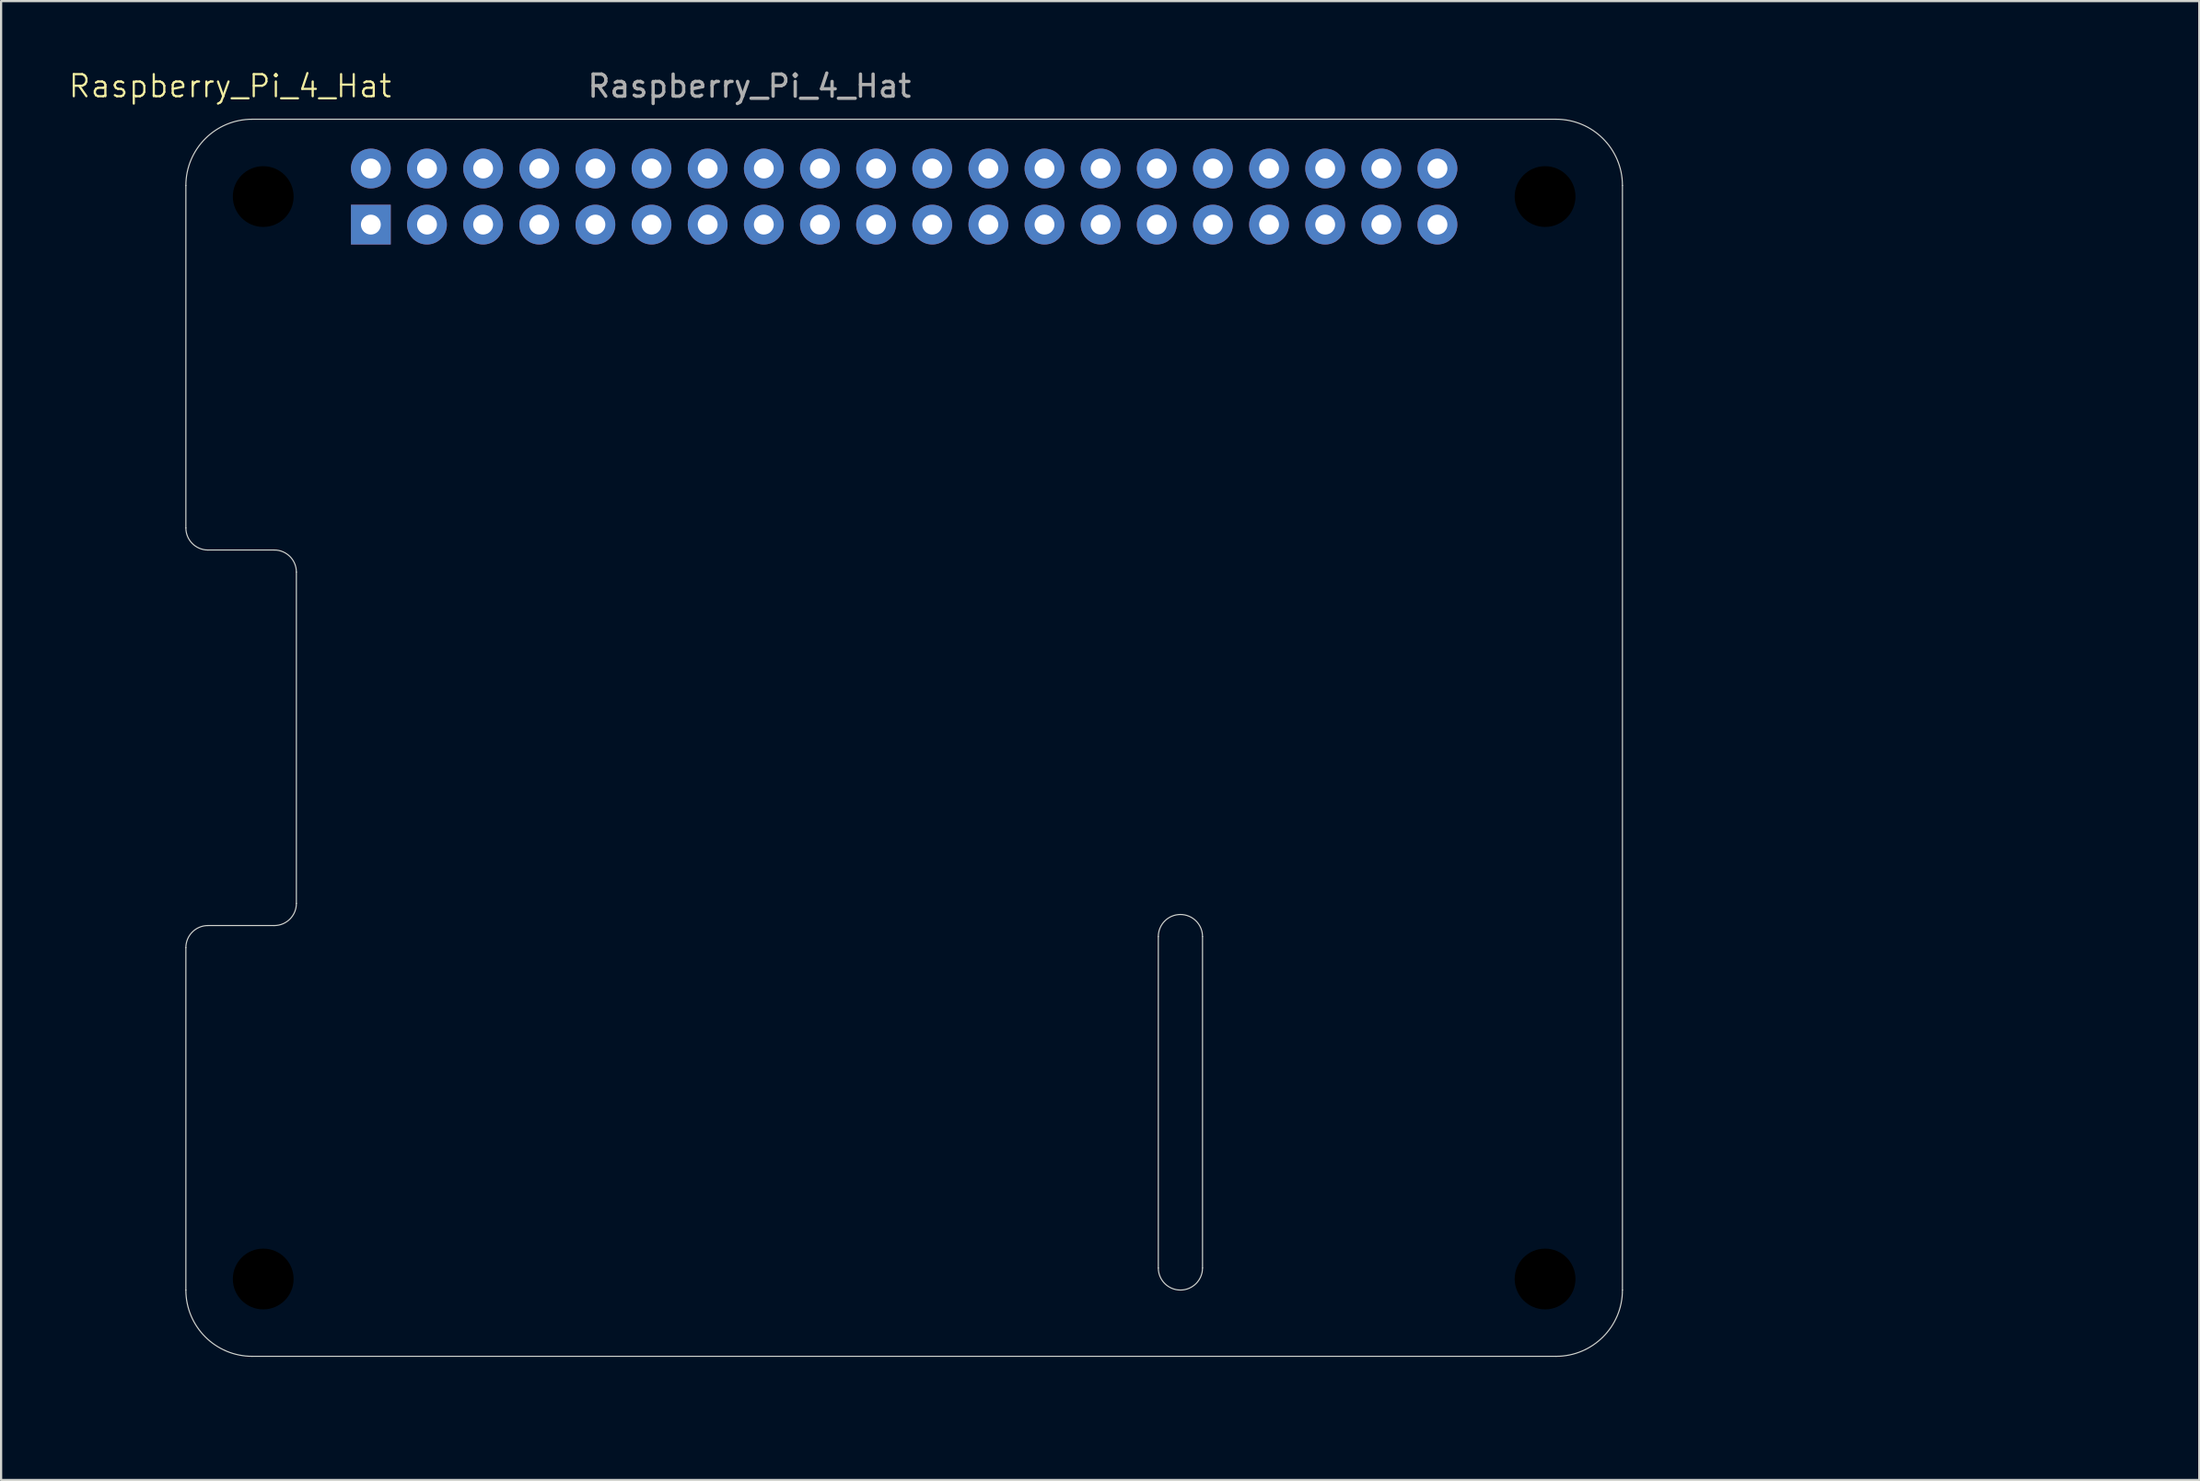
<source format=kicad_pcb>
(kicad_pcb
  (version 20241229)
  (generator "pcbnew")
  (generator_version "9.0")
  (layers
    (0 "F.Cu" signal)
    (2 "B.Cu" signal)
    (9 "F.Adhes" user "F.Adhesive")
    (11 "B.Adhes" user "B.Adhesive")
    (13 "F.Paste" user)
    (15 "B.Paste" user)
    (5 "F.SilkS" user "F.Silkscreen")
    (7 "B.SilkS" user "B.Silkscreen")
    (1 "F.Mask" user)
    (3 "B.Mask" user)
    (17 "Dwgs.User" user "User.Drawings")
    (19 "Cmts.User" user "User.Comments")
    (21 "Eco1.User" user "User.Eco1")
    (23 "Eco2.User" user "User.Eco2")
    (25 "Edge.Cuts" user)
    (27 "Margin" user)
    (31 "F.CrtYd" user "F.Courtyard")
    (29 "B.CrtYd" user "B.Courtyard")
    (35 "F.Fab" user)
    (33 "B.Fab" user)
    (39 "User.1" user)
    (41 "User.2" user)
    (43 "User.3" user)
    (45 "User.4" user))
  (footprint "Raspberry_Pi_4_Hat"
    (layer "F.Cu")
    (at 5.36 58.348)
    (property "Reference" "Raspberry_Pi_4_Hat" (at 2 -57.5 0) (unlocked yes) (layer "F.SilkS") (effects (font (size 1 1) (thickness 0.1))))
    (attr through_hole)
    (fp_line (start 0 -37.5) (end 0 -53) (stroke (width 0.05) (type default)) (layer "Edge.Cuts"))
    (fp_line (start 0 -18.5) (end 0 -3) (stroke (width 0.05) (type default)) (layer "Edge.Cuts"))
    (fp_line (start 1 -19.5) (end 4 -19.5) (stroke (width 0.05) (type default)) (layer "Edge.Cuts"))
    (fp_line (start 3 0) (end 62 0) (stroke (width 0.05) (type default)) (layer "Edge.Cuts"))
    (fp_line (start 4 -36.5) (end 1 -36.5) (stroke (width 0.05) (type default)) (layer "Edge.Cuts"))
    (fp_line (start 5 -20.5) (end 5 -35.5) (stroke (width 0.05) (type default)) (layer "Edge.Cuts"))
    (fp_line (start 44 -19) (end 44 -4) (stroke (width 0.05) (type default)) (layer "Edge.Cuts"))
    (fp_line (start 46 -4) (end 46 -19) (stroke (width 0.05) (type default)) (layer "Edge.Cuts"))
    (fp_line (start 62 -56) (end 3 -56) (stroke (width 0.05) (type default)) (layer "Edge.Cuts"))
    (fp_line (start 65 -3) (end 65 -53) (stroke (width 0.05) (type default)) (layer "Edge.Cuts"))
    (fp_arc (start 0 -53) (mid 0.87868 -55.12132) (end 3 -56) (stroke (width 0.05) (type default)) (layer "Edge.Cuts"))
    (fp_arc (start 0 -18.5) (mid 0.292893 -19.207107) (end 1 -19.5) (stroke (width 0.05) (type default)) (layer "Edge.Cuts"))
    (fp_arc (start 1 -36.5) (mid 0.292893 -36.792893) (end 0 -37.5) (stroke (width 0.05) (type default)) (layer "Edge.Cuts"))
    (fp_arc (start 3 0) (mid 0.87868 -0.87868) (end 0 -3) (stroke (width 0.05) (type default)) (layer "Edge.Cuts"))
    (fp_arc (start 4 -36.5) (mid 4.707107 -36.207107) (end 5 -35.5) (stroke (width 0.05) (type default)) (layer "Edge.Cuts"))
    (fp_arc (start 5 -20.5) (mid 4.707107 -19.792893) (end 4 -19.5) (stroke (width 0.05) (type default)) (layer "Edge.Cuts"))
    (fp_arc (start 44 -19) (mid 45 -20) (end 46 -19) (stroke (width 0.05) (type default)) (layer "Edge.Cuts"))
    (fp_arc (start 46 -4) (mid 45 -3) (end 44 -4) (stroke (width 0.05) (type default)) (layer "Edge.Cuts"))
    (fp_arc (start 62 -56) (mid 64.12132 -55.12132) (end 65 -53) (stroke (width 0.05) (type default)) (layer "Edge.Cuts"))
    (fp_arc (start 65 -3) (mid 64.12132 -0.87868) (end 62 0) (stroke (width 0.05) (type default)) (layer "Edge.Cuts"))
    (fp_line (start 0 -53) (end 0 -3) (stroke (width 0.2) (type solid)) (layer "User.9"))
    (fp_line (start 1.5 -34.7) (end 1.5 -21.3) (stroke (width 0.2) (type solid)) (layer "User.9"))
    (fp_line (start 1.5 -21.3) (end 2.65 -20.15) (stroke (width 0.2) (type solid)) (layer "User.9"))
    (fp_line (start 2.6 -39.2) (end 2.6 -35.8) (stroke (width 0.2) (type solid)) (layer "User.9"))
    (fp_line (start 2.6 -35.8) (end 1.5 -34.7) (stroke (width 0.2) (type solid)) (layer "User.9"))
    (fp_line (start 2.65 -20.15) (end 2.65 -16.8) (stroke (width 0.2) (type solid)) (layer "User.9"))
    (fp_line (start 2.65 -16.8) (end 5.45 -16.8) (stroke (width 0.2) (type solid)) (layer "User.9"))
    (fp_line (start 3 0) (end 82 0) (stroke (width 0.2) (type solid)) (layer "User.9"))
    (fp_line (start 4.55 -36) (end 4.55 -20) (stroke (width 0.2) (type solid)) (layer "User.9"))
    (fp_line (start 4.55 -20.1) (end 4.55 -20.7) (stroke (width 0.2) (type solid)) (layer "User.9"))
    (fp_line (start 4.55 -20) (end 5.45 -20) (stroke (width 0.2) (type solid)) (layer "User.9"))
    (fp_line (start 5.45 -39.2) (end 2.6 -39.2) (stroke (width 0.2) (type solid)) (layer "User.9"))
    (fp_line (start 5.45 -36) (end 4.55 -36) (stroke (width 0.2) (type solid)) (layer "User.9"))
    (fp_line (start 5.45 -16.8) (end 5.45 -39.2) (stroke (width 0.2) (type solid)) (layer "User.9"))
    (fp_line (start 6.225 -5.075) (end 6.225 -6.125) (stroke (width 0.2) (type solid)) (layer "User.9"))
    (fp_line (start 6.225 -5.075) (end 6.225 -6.125) (stroke (width 0.2) (type solid)) (layer "User.9"))
    (fp_line (start 6.225 -1) (end 6.225 -1.8) (stroke (width 0.2) (type solid)) (layer "User.9"))
    (fp_line (start 6.225 -1) (end 6.225 -1.8) (stroke (width 0.2) (type solid)) (layer "User.9"))
    (fp_line (start 6.875 -6.15) (end 6.875 1.25) (stroke (width 0.2) (type solid)) (layer "User.9"))
    (fp_line (start 6.875 1.25) (end 15.525 1.25) (stroke (width 0.2) (type solid)) (layer "User.9"))
    (fp_line (start 7 -55.1) (end 7 -50.4) (stroke (width 0.2) (type solid)) (layer "User.9"))
    (fp_line (start 7 -50.4) (end 7.5 -49.9) (stroke (width 0.2) (type solid)) (layer "User.9"))
    (fp_line (start 7.1 -55) (end 7.1 -50) (stroke (width 0.2) (type solid)) (layer "User.9"))
    (fp_line (start 7.1 -50) (end 57.9 -50) (stroke (width 0.2) (type solid)) (layer "User.9"))
    (fp_line (start 7.5 -52.5) (end 57.5 -52.5) (stroke (width 0.2) (type solid)) (layer "User.9"))
    (fp_line (start 7.5 -49.9) (end 58 -49.9) (stroke (width 0.2) (type solid)) (layer "User.9"))
    (fp_line (start 7.525 -6.125) (end 7.525 -5.075) (stroke (width 0.2) (type solid)) (layer "User.9"))
    (fp_line (start 7.525 -6.125) (end 7.525 -5.075) (stroke (width 0.2) (type solid)) (layer "User.9"))
    (fp_line (start 7.525 -1.8) (end 7.525 -1) (stroke (width 0.2) (type solid)) (layer "User.9"))
    (fp_line (start 7.525 -1.8) (end 7.525 -1) (stroke (width 0.2) (type solid)) (layer "User.9"))
    (fp_line (start 7.57 -52.03) (end 9.17 -52.03) (stroke (width 0.2) (type solid)) (layer "User.9"))
    (fp_line (start 7.57 -52.03) (end 9.17 -52.03) (stroke (width 0.2) (type solid)) (layer "User.9"))
    (fp_line (start 7.57 -50.43) (end 7.57 -52.03) (stroke (width 0.2) (type solid)) (layer "User.9"))
    (fp_line (start 7.57 -50.43) (end 7.57 -52.03) (stroke (width 0.2) (type solid)) (layer "User.9"))
    (fp_line (start 9.17 -52.03) (end 9.17 -50.43) (stroke (width 0.2) (type solid)) (layer "User.9"))
    (fp_line (start 9.17 -52.03) (end 9.17 -50.43) (stroke (width 0.2) (type solid)) (layer "User.9"))
    (fp_line (start 9.17 -50.43) (end 7.57 -50.43) (stroke (width 0.2) (type solid)) (layer "User.9"))
    (fp_line (start 9.17 -50.43) (end 7.57 -50.43) (stroke (width 0.2) (type solid)) (layer "User.9"))
    (fp_line (start 9.652 -54.61) (end 9.652 -50.292) (stroke (width 0.2) (type solid)) (layer "User.9"))
    (fp_line (start 12.192 -54.61) (end 12.192 -50.292) (stroke (width 0.2) (type solid)) (layer "User.9"))
    (fp_line (start 14.732 -54.61) (end 14.732 -50.292) (stroke (width 0.2) (type solid)) (layer "User.9"))
    (fp_line (start 14.875 -5.075) (end 14.875 -6.125) (stroke (width 0.2) (type solid)) (layer "User.9"))
    (fp_line (start 14.875 -5.075) (end 14.875 -6.125) (stroke (width 0.2) (type solid)) (layer "User.9"))
    (fp_line (start 14.875 -1) (end 14.875 -1.8) (stroke (width 0.2) (type solid)) (layer "User.9"))
    (fp_line (start 14.875 -1) (end 14.875 -1.8) (stroke (width 0.2) (type solid)) (layer "User.9"))
    (fp_line (start 15.525 -6.15) (end 6.875 -6.15) (stroke (width 0.2) (type solid)) (layer "User.9"))
    (fp_line (start 15.525 1.25) (end 15.525 -6.15) (stroke (width 0.2) (type solid)) (layer "User.9"))
    (fp_line (start 16.175 -6.125) (end 16.175 -5.075) (stroke (width 0.2) (type solid)) (layer "User.9"))
    (fp_line (start 16.175 -6.125) (end 16.175 -5.075) (stroke (width 0.2) (type solid)) (layer "User.9"))
    (fp_line (start 16.175 -1.8) (end 16.175 -1) (stroke (width 0.2) (type solid)) (layer "User.9"))
    (fp_line (start 16.175 -1.8) (end 16.175 -1) (stroke (width 0.2) (type solid)) (layer "User.9"))
    (fp_line (start 17.272 -54.61) (end 17.272 -50.292) (stroke (width 0.2) (type solid)) (layer "User.9"))
    (fp_line (start 19.812 -54.61) (end 19.812 -50.292) (stroke (width 0.2) (type solid)) (layer "User.9"))
    (fp_line (start 22.275 -5.795) (end 22.275 -6.345) (stroke (width 0.2) (type solid)) (layer "User.9"))
    (fp_line (start 22.275 -5.795) (end 22.275 -6.345) (stroke (width 0.2) (type solid)) (layer "User.9"))
    (fp_line (start 22.275 -0.895) (end 22.275 -1.445) (stroke (width 0.2) (type solid)) (layer "User.9"))
    (fp_line (start 22.275 -0.895) (end 22.275 -1.445) (stroke (width 0.2) (type solid)) (layer "User.9"))
    (fp_line (start 22.352 -54.61) (end 22.352 -50.292) (stroke (width 0.2) (type solid)) (layer "User.9"))
    (fp_line (start 22.4 1.33) (end 22.4 1.43) (stroke (width 0.2) (type solid)) (layer "User.9"))
    (fp_line (start 22.4 1.43) (end 29.6 1.43) (stroke (width 0.2) (type solid)) (layer "User.9"))
    (fp_line (start 22.9 -6.52) (end 29.1 -6.52) (stroke (width 0.2) (type solid)) (layer "User.9"))
    (fp_line (start 22.9 0.83) (end 22.4 1.33) (stroke (width 0.2) (type solid)) (layer "User.9"))
    (fp_line (start 22.9 0.83) (end 22.9 -6.52) (stroke (width 0.2) (type solid)) (layer "User.9"))
    (fp_line (start 23.525 -6.345) (end 23.525 -5.795) (stroke (width 0.2) (type solid)) (layer "User.9"))
    (fp_line (start 23.525 -6.345) (end 23.525 -5.795) (stroke (width 0.2) (type solid)) (layer "User.9"))
    (fp_line (start 23.525 -1.445) (end 23.525 -0.895) (stroke (width 0.2) (type solid)) (layer "User.9"))
    (fp_line (start 23.525 -1.445) (end 23.525 -0.895) (stroke (width 0.2) (type solid)) (layer "User.9"))
    (fp_line (start 24.892 -54.61) (end 24.892 -50.292) (stroke (width 0.2) (type solid)) (layer "User.9"))
    (fp_line (start 27.432 -54.61) (end 27.432 -50.292) (stroke (width 0.2) (type solid)) (layer "User.9"))
    (fp_line (start 28.475 -5.795) (end 28.475 -6.345) (stroke (width 0.2) (type solid)) (layer "User.9"))
    (fp_line (start 28.475 -5.795) (end 28.475 -6.345) (stroke (width 0.2) (type solid)) (layer "User.9"))
    (fp_line (start 28.475 -0.895) (end 28.475 -1.445) (stroke (width 0.2) (type solid)) (layer "User.9"))
    (fp_line (start 28.475 -0.895) (end 28.475 -1.445) (stroke (width 0.2) (type solid)) (layer "User.9"))
    (fp_line (start 29.1 -6.52) (end 29.1 0.83) (stroke (width 0.2) (type solid)) (layer "User.9"))
    (fp_line (start 29.1 0.83) (end 22.9 0.83) (stroke (width 0.2) (type solid)) (layer "User.9"))
    (fp_line (start 29.6 1.33) (end 29.1 0.83) (stroke (width 0.2) (type solid)) (layer "User.9"))
    (fp_line (start 29.6 1.43) (end 29.6 1.33) (stroke (width 0.2) (type solid)) (layer "User.9"))
    (fp_line (start 29.725 -6.345) (end 29.725 -5.795) (stroke (width 0.2) (type solid)) (layer "User.9"))
    (fp_line (start 29.725 -6.345) (end 29.725 -5.795) (stroke (width 0.2) (type solid)) (layer "User.9"))
    (fp_line (start 29.725 -1.445) (end 29.725 -0.895) (stroke (width 0.2) (type solid)) (layer "User.9"))
    (fp_line (start 29.725 -1.445) (end 29.725 -0.895) (stroke (width 0.2) (type solid)) (layer "User.9"))
    (fp_line (start 29.972 -54.61) (end 29.972 -50.292) (stroke (width 0.2) (type solid)) (layer "User.9"))
    (fp_line (start 32.512 -54.61) (end 32.512 -50.292) (stroke (width 0.2) (type solid)) (layer "User.9"))
    (fp_line (start 35.052 -54.61) (end 35.052 -50.292) (stroke (width 0.2) (type solid)) (layer "User.9"))
    (fp_line (start 35.775 -5.795) (end 35.775 -6.345) (stroke (width 0.2) (type solid)) (layer "User.9"))
    (fp_line (start 35.775 -5.795) (end 35.775 -6.345) (stroke (width 0.2) (type solid)) (layer "User.9"))
    (fp_line (start 35.775 -0.895) (end 35.775 -1.445) (stroke (width 0.2) (type solid)) (layer "User.9"))
    (fp_line (start 35.775 -0.895) (end 35.775 -1.445) (stroke (width 0.2) (type solid)) (layer "User.9"))
    (fp_line (start 35.9 1.33) (end 35.9 1.43) (stroke (width 0.2) (type solid)) (layer "User.9"))
    (fp_line (start 35.9 1.43) (end 43.1 1.43) (stroke (width 0.2) (type solid)) (layer "User.9"))
    (fp_line (start 36.4 -6.52) (end 42.6 -6.52) (stroke (width 0.2) (type solid)) (layer "User.9"))
    (fp_line (start 36.4 0.83) (end 35.9 1.33) (stroke (width 0.2) (type solid)) (layer "User.9"))
    (fp_line (start 36.4 0.83) (end 36.4 -6.52) (stroke (width 0.2) (type solid)) (layer "User.9"))
    (fp_line (start 37.025 -6.345) (end 37.025 -5.795) (stroke (width 0.2) (type solid)) (layer "User.9"))
    (fp_line (start 37.025 -6.345) (end 37.025 -5.795) (stroke (width 0.2) (type solid)) (layer "User.9"))
    (fp_line (start 37.025 -1.445) (end 37.025 -0.895) (stroke (width 0.2) (type solid)) (layer "User.9"))
    (fp_line (start 37.025 -1.445) (end 37.025 -0.895) (stroke (width 0.2) (type solid)) (layer "User.9"))
    (fp_line (start 37.592 -54.61) (end 37.592 -50.292) (stroke (width 0.2) (type solid)) (layer "User.9"))
    (fp_line (start 40.132 -54.61) (end 40.132 -50.292) (stroke (width 0.2) (type solid)) (layer "User.9"))
    (fp_line (start 41.975 -5.795) (end 41.975 -6.345) (stroke (width 0.2) (type solid)) (layer "User.9"))
    (fp_line (start 41.975 -5.795) (end 41.975 -6.345) (stroke (width 0.2) (type solid)) (layer "User.9"))
    (fp_line (start 41.975 -0.895) (end 41.975 -1.445) (stroke (width 0.2) (type solid)) (layer "User.9"))
    (fp_line (start 41.975 -0.895) (end 41.975 -1.445) (stroke (width 0.2) (type solid)) (layer "User.9"))
    (fp_line (start 42.6 -6.52) (end 42.6 0.83) (stroke (width 0.2) (type solid)) (layer "User.9"))
    (fp_line (start 42.6 0.83) (end 36.4 0.83) (stroke (width 0.2) (type solid)) (layer "User.9"))
    (fp_line (start 42.672 -54.61) (end 42.672 -50.292) (stroke (width 0.2) (type solid)) (layer "User.9"))
    (fp_line (start 43.1 1.33) (end 42.6 0.83) (stroke (width 0.2) (type solid)) (layer "User.9"))
    (fp_line (start 43.1 1.43) (end 43.1 1.33) (stroke (width 0.2) (type solid)) (layer "User.9"))
    (fp_line (start 43.225 -6.345) (end 43.225 -5.795) (stroke (width 0.2) (type solid)) (layer "User.9"))
    (fp_line (start 43.225 -6.345) (end 43.225 -5.795) (stroke (width 0.2) (type solid)) (layer "User.9"))
    (fp_line (start 43.225 -1.445) (end 43.225 -0.895) (stroke (width 0.2) (type solid)) (layer "User.9"))
    (fp_line (start 43.225 -1.445) (end 43.225 -0.895) (stroke (width 0.2) (type solid)) (layer "User.9"))
    (fp_line (start 45.05 -22.7) (end 45.05 -0.3) (stroke (width 0.2) (type solid)) (layer "User.9"))
    (fp_line (start 45.05 -8.65) (end 45.05 -8.15) (stroke (width 0.2) (type solid)) (layer "User.9"))
    (fp_line (start 45.05 -7.55) (end 45.05 -7.05) (stroke (width 0.2) (type solid)) (layer "User.9"))
    (fp_line (start 45.05 -3.5) (end 45.95 -3.5) (stroke (width 0.2) (type solid)) (layer "User.9"))
    (fp_line (start 45.05 -0.3) (end 47.9 -0.3) (stroke (width 0.2) (type solid)) (layer "User.9"))
    (fp_line (start 45.212 -54.61) (end 45.212 -50.292) (stroke (width 0.2) (type solid)) (layer "User.9"))
    (fp_line (start 45.95 -19.5) (end 45.05 -19.5) (stroke (width 0.2) (type solid)) (layer "User.9"))
    (fp_line (start 45.95 -3.5) (end 45.95 -19.5) (stroke (width 0.2) (type solid)) (layer "User.9"))
    (fp_line (start 47.752 -54.61) (end 47.752 -50.292) (stroke (width 0.2) (type solid)) (layer "User.9"))
    (fp_line (start 47.85 -22.7) (end 45.05 -22.7) (stroke (width 0.2) (type solid)) (layer "User.9"))
    (fp_line (start 47.85 -19.35) (end 47.85 -22.7) (stroke (width 0.2) (type solid)) (layer "User.9"))
    (fp_line (start 47.9 -3.7) (end 49 -4.8) (stroke (width 0.2) (type solid)) (layer "User.9"))
    (fp_line (start 47.9 -0.3) (end 47.9 -3.7) (stroke (width 0.2) (type solid)) (layer "User.9"))
    (fp_line (start 49 -18.2) (end 47.85 -19.35) (stroke (width 0.2) (type solid)) (layer "User.9"))
    (fp_line (start 49 -4.8) (end 49 -18.2) (stroke (width 0.2) (type solid)) (layer "User.9"))
    (fp_line (start 50.292 -54.61) (end 50.292 -50.292) (stroke (width 0.2) (type solid)) (layer "User.9"))
    (fp_line (start 50.5 -12.5) (end 50.5 0) (stroke (width 0.2) (type solid)) (layer "User.9"))
    (fp_line (start 50.5 0) (end 57.5 0) (stroke (width 0.2) (type solid)) (layer "User.9"))
    (fp_line (start 51 0) (end 51 2.5) (stroke (width 0.2) (type solid)) (layer "User.9"))
    (fp_line (start 51 2.5) (end 57 2.5) (stroke (width 0.2) (type solid)) (layer "User.9"))
    (fp_line (start 52.832 -54.61) (end 52.832 -50.292) (stroke (width 0.2) (type solid)) (layer "User.9"))
    (fp_line (start 55.372 -54.61) (end 55.372 -50.292) (stroke (width 0.2) (type solid)) (layer "User.9"))
    (fp_line (start 57 0) (end 51 0) (stroke (width 0.2) (type solid)) (layer "User.9"))
    (fp_line (start 57 2.5) (end 57 0) (stroke (width 0.2) (type solid)) (layer "User.9"))
    (fp_line (start 57.5 -12.5) (end 50.5 -12.5) (stroke (width 0.2) (type solid)) (layer "User.9"))
    (fp_line (start 57.5 0) (end 57.5 -12.5) (stroke (width 0.2) (type solid)) (layer "User.9"))
    (fp_line (start 57.9 -55) (end 7.1 -55) (stroke (width 0.2) (type solid)) (layer "User.9"))
    (fp_line (start 57.9 -50) (end 57.9 -55) (stroke (width 0.2) (type solid)) (layer "User.9"))
    (fp_line (start 58 -55.1) (end 7 -55.1) (stroke (width 0.2) (type solid)) (layer "User.9"))
    (fp_line (start 58 -49.9) (end 58 -55.1) (stroke (width 0.2) (type solid)) (layer "User.9"))
    (fp_line (start 58.9 -48.66) (end 59.2 -48.96) (stroke (width 0.2) (type solid)) (layer "User.9"))
    (fp_line (start 58.9 -43.76) (end 58.9 -48.66) (stroke (width 0.2) (type solid)) (layer "User.9"))
    (fp_line (start 59 -48.86) (end 59 -43.86) (stroke (width 0.2) (type solid)) (layer "User.9"))
    (fp_line (start 59 -43.86) (end 64 -43.86) (stroke (width 0.2) (type solid)) (layer "User.9"))
    (fp_line (start 59.2 -48.96) (end 64.1 -48.96) (stroke (width 0.2) (type solid)) (layer "User.9"))
    (fp_line (start 59.43 -48.43) (end 61.03 -48.43) (stroke (width 0.2) (type solid)) (layer "User.9"))
    (fp_line (start 59.43 -48.43) (end 61.03 -48.43) (stroke (width 0.2) (type solid)) (layer "User.9"))
    (fp_line (start 59.43 -46.83) (end 59.43 -48.43) (stroke (width 0.2) (type solid)) (layer "User.9"))
    (fp_line (start 59.43 -46.83) (end 59.43 -48.43) (stroke (width 0.2) (type solid)) (layer "User.9"))
    (fp_line (start 61.03 -48.43) (end 61.03 -46.83) (stroke (width 0.2) (type solid)) (layer "User.9"))
    (fp_line (start 61.03 -48.43) (end 61.03 -46.83) (stroke (width 0.2) (type solid)) (layer "User.9"))
    (fp_line (start 61.03 -46.83) (end 59.43 -46.83) (stroke (width 0.2) (type solid)) (layer "User.9"))
    (fp_line (start 61.03 -46.83) (end 59.43 -46.83) (stroke (width 0.2) (type solid)) (layer "User.9"))
    (fp_line (start 64 -48.86) (end 59 -48.86) (stroke (width 0.2) (type solid)) (layer "User.9"))
    (fp_line (start 64 -43.86) (end 64 -48.86) (stroke (width 0.2) (type solid)) (layer "User.9"))
    (fp_line (start 64.1 -48.96) (end 64.1 -43.76) (stroke (width 0.2) (type solid)) (layer "User.9"))
    (fp_line (start 64.1 -43.76) (end 58.9 -43.76) (stroke (width 0.2) (type solid)) (layer "User.9"))
    (fp_line (start 66.65 -53.505) (end 66.65 -37.995) (stroke (width 0.2) (type solid)) (layer "User.9"))
    (fp_line (start 66.65 -37.995) (end 88 -37.995) (stroke (width 0.2) (type solid)) (layer "User.9"))
    (fp_line (start 70.3 -15.57) (end 88 -15.57) (stroke (width 0.2) (type solid)) (layer "User.9"))
    (fp_line (start 70.3 -2.43) (end 70.3 -15.57) (stroke (width 0.2) (type solid)) (layer "User.9"))
    (fp_line (start 70.5 -33.57) (end 88 -33.57) (stroke (width 0.2) (type solid)) (layer "User.9"))
    (fp_line (start 70.5 -20.43) (end 70.5 -33.57) (stroke (width 0.2) (type solid)) (layer "User.9"))
    (fp_line (start 73.8 -54.35) (end 74.6 -54.35) (stroke (width 0.2) (type solid)) (layer "User.9"))
    (fp_line (start 73.8 -54.35) (end 74.6 -54.35) (stroke (width 0.2) (type solid)) (layer "User.9"))
    (fp_line (start 73.8 -38.65) (end 74.6 -38.65) (stroke (width 0.2) (type solid)) (layer "User.9"))
    (fp_line (start 73.8 -38.65) (end 74.6 -38.65) (stroke (width 0.2) (type solid)) (layer "User.9"))
    (fp_line (start 74.6 -52.85) (end 73.8 -52.85) (stroke (width 0.2) (type solid)) (layer "User.9"))
    (fp_line (start 74.6 -52.85) (end 73.8 -52.85) (stroke (width 0.2) (type solid)) (layer "User.9"))
    (fp_line (start 74.6 -37.15) (end 73.8 -37.15) (stroke (width 0.2) (type solid)) (layer "User.9"))
    (fp_line (start 74.6 -37.15) (end 73.8 -37.15) (stroke (width 0.2) (type solid)) (layer "User.9"))
    (fp_line (start 82 -56) (end 3 -56) (stroke (width 0.2) (type solid)) (layer "User.9"))
    (fp_line (start 85 -3) (end 85 -53) (stroke (width 0.2) (type solid)) (layer "User.9"))
    (fp_line (start 87.5 -16.35) (end 87.5 -15.57) (stroke (width 0.2) (type solid)) (layer "User.9"))
    (fp_line (start 87.5 -1.65) (end 87.5 -2.43) (stroke (width 0.2) (type solid)) (layer "User.9"))
    (fp_line (start 87.7 -34.25) (end 87.7 -33.57) (stroke (width 0.2) (type solid)) (layer "User.9"))
    (fp_line (start 87.7 -19.75) (end 87.7 -20.43) (stroke (width 0.2) (type solid)) (layer "User.9"))
    (fp_line (start 88 -53.505) (end 66.65 -53.505) (stroke (width 0.2) (type solid)) (layer "User.9"))
    (fp_line (start 88 -37.995) (end 88 -53.505) (stroke (width 0.2) (type solid)) (layer "User.9"))
    (fp_line (start 88 -34.25) (end 87.7 -34.25) (stroke (width 0.2) (type solid)) (layer "User.9"))
    (fp_line (start 88 -33.57) (end 88 -34.25) (stroke (width 0.2) (type solid)) (layer "User.9"))
    (fp_line (start 88 -33.57) (end 88 -20.43) (stroke (width 0.2) (type solid)) (layer "User.9"))
    (fp_line (start 88 -20.43) (end 70.5 -20.43) (stroke (width 0.2) (type solid)) (layer "User.9"))
    (fp_line (start 88 -20.43) (end 88 -19.75) (stroke (width 0.2) (type solid)) (layer "User.9"))
    (fp_line (start 88 -19.75) (end 87.7 -19.75) (stroke (width 0.2) (type solid)) (layer "User.9"))
    (fp_line (start 88 -16.35) (end 87.5 -16.35) (stroke (width 0.2) (type solid)) (layer "User.9"))
    (fp_line (start 88 -15.57) (end 88 -16.35) (stroke (width 0.2) (type solid)) (layer "User.9"))
    (fp_line (start 88 -15.57) (end 88 -1.65) (stroke (width 0.2) (type solid)) (layer "User.9"))
    (fp_line (start 88 -2.43) (end 70.3 -2.43) (stroke (width 0.2) (type solid)) (layer "User.9"))
    (fp_line (start 88 -1.65) (end 87.5 -1.65) (stroke (width 0.2) (type solid)) (layer "User.9"))
    (fp_arc (start 0 -53) (mid 0.87868 -55.12132) (end 3 -56) (stroke (width 0.2) (type solid)) (layer "User.9"))
    (fp_arc (start 3 0) (mid 0.87868 -0.87868) (end 0 -3) (stroke (width 0.2) (type solid)) (layer "User.9"))
    (fp_arc (start 6.225 -6.125) (mid 6.875 -6.775) (end 7.525 -6.125) (stroke (width 0.2) (type solid)) (layer "User.9"))
    (fp_arc (start 6.225 -6.125) (mid 6.875 -6.775) (end 7.525 -6.125) (stroke (width 0.2) (type solid)) (layer "User.9"))
    (fp_arc (start 6.225 -1.8) (mid 6.875 -2.45) (end 7.525 -1.8) (stroke (width 0.2) (type solid)) (layer "User.9"))
    (fp_arc (start 6.225 -1.8) (mid 6.875 -2.45) (end 7.525 -1.8) (stroke (width 0.2) (type solid)) (layer "User.9"))
    (fp_arc (start 7.525 -5.075) (mid 6.875 -4.425) (end 6.225 -5.075) (stroke (width 0.2) (type solid)) (layer "User.9"))
    (fp_arc (start 7.525 -5.075) (mid 6.875 -4.425) (end 6.225 -5.075) (stroke (width 0.2) (type solid)) (layer "User.9"))
    (fp_arc (start 7.525 -1) (mid 6.875 -0.35) (end 6.225 -1) (stroke (width 0.2) (type solid)) (layer "User.9"))
    (fp_arc (start 7.525 -1) (mid 6.875 -0.35) (end 6.225 -1) (stroke (width 0.2) (type solid)) (layer "User.9"))
    (fp_arc (start 14.875 -6.125) (mid 15.525 -6.775) (end 16.175 -6.125) (stroke (width 0.2) (type solid)) (layer "User.9"))
    (fp_arc (start 14.875 -6.125) (mid 15.525 -6.775) (end 16.175 -6.125) (stroke (width 0.2) (type solid)) (layer "User.9"))
    (fp_arc (start 14.875 -1.8) (mid 15.525 -2.45) (end 16.175 -1.8) (stroke (width 0.2) (type solid)) (layer "User.9"))
    (fp_arc (start 14.875 -1.8) (mid 15.525 -2.45) (end 16.175 -1.8) (stroke (width 0.2) (type solid)) (layer "User.9"))
    (fp_arc (start 16.175 -5.075) (mid 15.525 -4.425) (end 14.875 -5.075) (stroke (width 0.2) (type solid)) (layer "User.9"))
    (fp_arc (start 16.175 -5.075) (mid 15.525 -4.425) (end 14.875 -5.075) (stroke (width 0.2) (type solid)) (layer "User.9"))
    (fp_arc (start 16.175 -1) (mid 15.525 -0.35) (end 14.875 -1) (stroke (width 0.2) (type solid)) (layer "User.9"))
    (fp_arc (start 16.175 -1) (mid 15.525 -0.35) (end 14.875 -1) (stroke (width 0.2) (type solid)) (layer "User.9"))
    (fp_arc (start 22.275 -6.345) (mid 22.9 -6.97) (end 23.525 -6.345) (stroke (width 0.2) (type solid)) (layer "User.9"))
    (fp_arc (start 22.275 -6.345) (mid 22.9 -6.97) (end 23.525 -6.345) (stroke (width 0.2) (type solid)) (layer "User.9"))
    (fp_arc (start 22.275 -1.445) (mid 22.9 -2.07) (end 23.525 -1.445) (stroke (width 0.2) (type solid)) (layer "User.9"))
    (fp_arc (start 22.275 -1.445) (mid 22.9 -2.07) (end 23.525 -1.445) (stroke (width 0.2) (type solid)) (layer "User.9"))
    (fp_arc (start 23.525 -5.795) (mid 22.9 -5.17) (end 22.275 -5.795) (stroke (width 0.2) (type solid)) (layer "User.9"))
    (fp_arc (start 23.525 -5.795) (mid 22.9 -5.17) (end 22.275 -5.795) (stroke (width 0.2) (type solid)) (layer "User.9"))
    (fp_arc (start 23.525 -0.895) (mid 22.9 -0.27) (end 22.275 -0.895) (stroke (width 0.2) (type solid)) (layer "User.9"))
    (fp_arc (start 23.525 -0.895) (mid 22.9 -0.27) (end 22.275 -0.895) (stroke (width 0.2) (type solid)) (layer "User.9"))
    (fp_arc (start 28.475 -6.345) (mid 29.1 -6.97) (end 29.725 -6.345) (stroke (width 0.2) (type solid)) (layer "User.9"))
    (fp_arc (start 28.475 -6.345) (mid 29.1 -6.97) (end 29.725 -6.345) (stroke (width 0.2) (type solid)) (layer "User.9"))
    (fp_arc (start 28.475 -1.445) (mid 29.1 -2.07) (end 29.725 -1.445) (stroke (width 0.2) (type solid)) (layer "User.9"))
    (fp_arc (start 28.475 -1.445) (mid 29.1 -2.07) (end 29.725 -1.445) (stroke (width 0.2) (type solid)) (layer "User.9"))
    (fp_arc (start 29.725 -5.795) (mid 29.1 -5.17) (end 28.475 -5.795) (stroke (width 0.2) (type solid)) (layer "User.9"))
    (fp_arc (start 29.725 -5.795) (mid 29.1 -5.17) (end 28.475 -5.795) (stroke (width 0.2) (type solid)) (layer "User.9"))
    (fp_arc (start 29.725 -0.895) (mid 29.1 -0.27) (end 28.475 -0.895) (stroke (width 0.2) (type solid)) (layer "User.9"))
    (fp_arc (start 29.725 -0.895) (mid 29.1 -0.27) (end 28.475 -0.895) (stroke (width 0.2) (type solid)) (layer "User.9"))
    (fp_arc (start 35.775 -6.345) (mid 36.4 -6.97) (end 37.025 -6.345) (stroke (width 0.2) (type solid)) (layer "User.9"))
    (fp_arc (start 35.775 -6.345) (mid 36.4 -6.97) (end 37.025 -6.345) (stroke (width 0.2) (type solid)) (layer "User.9"))
    (fp_arc (start 35.775 -1.445) (mid 36.4 -2.07) (end 37.025 -1.445) (stroke (width 0.2) (type solid)) (layer "User.9"))
    (fp_arc (start 35.775 -1.445) (mid 36.4 -2.07) (end 37.025 -1.445) (stroke (width 0.2) (type solid)) (layer "User.9"))
    (fp_arc (start 37.025 -5.795) (mid 36.4 -5.17) (end 35.775 -5.795) (stroke (width 0.2) (type solid)) (layer "User.9"))
    (fp_arc (start 37.025 -5.795) (mid 36.4 -5.17) (end 35.775 -5.795) (stroke (width 0.2) (type solid)) (layer "User.9"))
    (fp_arc (start 37.025 -0.895) (mid 36.4 -0.27) (end 35.775 -0.895) (stroke (width 0.2) (type solid)) (layer "User.9"))
    (fp_arc (start 37.025 -0.895) (mid 36.4 -0.27) (end 35.775 -0.895) (stroke (width 0.2) (type solid)) (layer "User.9"))
    (fp_arc (start 41.975 -6.345) (mid 42.6 -6.97) (end 43.225 -6.345) (stroke (width 0.2) (type solid)) (layer "User.9"))
    (fp_arc (start 41.975 -6.345) (mid 42.6 -6.97) (end 43.225 -6.345) (stroke (width 0.2) (type solid)) (layer "User.9"))
    (fp_arc (start 41.975 -1.445) (mid 42.6 -2.07) (end 43.225 -1.445) (stroke (width 0.2) (type solid)) (layer "User.9"))
    (fp_arc (start 41.975 -1.445) (mid 42.6 -2.07) (end 43.225 -1.445) (stroke (width 0.2) (type solid)) (layer "User.9"))
    (fp_arc (start 43.225 -5.795) (mid 42.6 -5.17) (end 41.975 -5.795) (stroke (width 0.2) (type solid)) (layer "User.9"))
    (fp_arc (start 43.225 -5.795) (mid 42.6 -5.17) (end 41.975 -5.795) (stroke (width 0.2) (type solid)) (layer "User.9"))
    (fp_arc (start 43.225 -0.895) (mid 42.6 -0.27) (end 41.975 -0.895) (stroke (width 0.2) (type solid)) (layer "User.9"))
    (fp_arc (start 43.225 -0.895) (mid 42.6 -0.27) (end 41.975 -0.895) (stroke (width 0.2) (type solid)) (layer "User.9"))
    (fp_arc (start 73.8 -52.85) (mid 73.05 -53.6) (end 73.8 -54.35) (stroke (width 0.2) (type solid)) (layer "User.9"))
    (fp_arc (start 73.8 -52.85) (mid 73.05 -53.6) (end 73.8 -54.35) (stroke (width 0.2) (type solid)) (layer "User.9"))
    (fp_arc (start 73.8 -37.15) (mid 73.05 -37.9) (end 73.8 -38.65) (stroke (width 0.2) (type solid)) (layer "User.9"))
    (fp_arc (start 73.8 -37.15) (mid 73.05 -37.9) (end 73.8 -38.65) (stroke (width 0.2) (type solid)) (layer "User.9"))
    (fp_arc (start 74.6 -54.35) (mid 75.35 -53.6) (end 74.6 -52.85) (stroke (width 0.2) (type solid)) (layer "User.9"))
    (fp_arc (start 74.6 -54.35) (mid 75.35 -53.6) (end 74.6 -52.85) (stroke (width 0.2) (type solid)) (layer "User.9"))
    (fp_arc (start 74.6 -38.65) (mid 75.35 -37.9) (end 74.6 -37.15) (stroke (width 0.2) (type solid)) (layer "User.9"))
    (fp_arc (start 74.6 -38.65) (mid 75.35 -37.9) (end 74.6 -37.15) (stroke (width 0.2) (type solid)) (layer "User.9"))
    (fp_arc (start 82 -56) (mid 84.121321 -55.12132) (end 85 -52.999998) (stroke (width 0.2) (type solid)) (layer "User.9"))
    (fp_arc (start 85 -3.000002) (mid 84.121321 -0.87868) (end 82 0) (stroke (width 0.2) (type solid)) (layer "User.9"))
    (fp_circle (center 3.5 -52.5) (end 4.85 -52.5) (stroke (width 0.2) (type solid)) (fill no) (layer "User.9"))
    (fp_circle (center 3.5 -52.5) (end 6.5 -52.5) (stroke (width 0.2) (type solid)) (fill no) (layer "User.9"))
    (fp_circle (center 3.5 -3.5) (end 4.85 -3.5) (stroke (width 0.2) (type solid)) (fill no) (layer "User.9"))
    (fp_circle (center 3.5 -3.5) (end 6.5 -3.5) (stroke (width 0.2) (type solid)) (fill no) (layer "User.9"))
    (fp_circle (center 8.37 -53.77) (end 9.17 -53.77) (stroke (width 0.2) (type solid)) (fill no) (layer "User.9"))
    (fp_circle (center 8.37 -53.77) (end 9.17 -53.77) (stroke (width 0.2) (type solid)) (fill no) (layer "User.9"))
    (fp_circle (center 10.91 -53.77) (end 11.71 -53.77) (stroke (width 0.2) (type solid)) (fill no) (layer "User.9"))
    (fp_circle (center 10.91 -53.77) (end 11.71 -53.77) (stroke (width 0.2) (type solid)) (fill no) (layer "User.9"))
    (fp_circle (center 10.91 -51.23) (end 11.71 -51.23) (stroke (width 0.2) (type solid)) (fill no) (layer "User.9"))
    (fp_circle (center 10.91 -51.23) (end 11.71 -51.23) (stroke (width 0.2) (type solid)) (fill no) (layer "User.9"))
    (fp_circle (center 13.45 -53.77) (end 14.25 -53.77) (stroke (width 0.2) (type solid)) (fill no) (layer "User.9"))
    (fp_circle (center 13.45 -53.77) (end 14.25 -53.77) (stroke (width 0.2) (type solid)) (fill no) (layer "User.9"))
    (fp_circle (center 13.45 -51.23) (end 14.25 -51.23) (stroke (width 0.2) (type solid)) (fill no) (layer "User.9"))
    (fp_circle (center 13.45 -51.23) (end 14.25 -51.23) (stroke (width 0.2) (type solid)) (fill no) (layer "User.9"))
    (fp_circle (center 15.99 -53.77) (end 16.79 -53.77) (stroke (width 0.2) (type solid)) (fill no) (layer "User.9"))
    (fp_circle (center 15.99 -53.77) (end 16.79 -53.77) (stroke (width 0.2) (type solid)) (fill no) (layer "User.9"))
    (fp_circle (center 15.99 -51.23) (end 16.79 -51.23) (stroke (width 0.2) (type solid)) (fill no) (layer "User.9"))
    (fp_circle (center 15.99 -51.23) (end 16.79 -51.23) (stroke (width 0.2) (type solid)) (fill no) (layer "User.9"))
    (fp_circle (center 18.53 -53.77) (end 19.33 -53.77) (stroke (width 0.2) (type solid)) (fill no) (layer "User.9"))
    (fp_circle (center 18.53 -53.77) (end 19.33 -53.77) (stroke (width 0.2) (type solid)) (fill no) (layer "User.9"))
    (fp_circle (center 18.53 -51.23) (end 19.33 -51.23) (stroke (width 0.2) (type solid)) (fill no) (layer "User.9"))
    (fp_circle (center 18.53 -51.23) (end 19.33 -51.23) (stroke (width 0.2) (type solid)) (fill no) (layer "User.9"))
    (fp_circle (center 21.07 -53.77) (end 21.87 -53.77) (stroke (width 0.2) (type solid)) (fill no) (layer "User.9"))
    (fp_circle (center 21.07 -53.77) (end 21.87 -53.77) (stroke (width 0.2) (type solid)) (fill no) (layer "User.9"))
    (fp_circle (center 21.07 -51.23) (end 21.87 -51.23) (stroke (width 0.2) (type solid)) (fill no) (layer "User.9"))
    (fp_circle (center 21.07 -51.23) (end 21.87 -51.23) (stroke (width 0.2) (type solid)) (fill no) (layer "User.9"))
    (fp_circle (center 23.61 -53.77) (end 24.41 -53.77) (stroke (width 0.2) (type solid)) (fill no) (layer "User.9"))
    (fp_circle (center 23.61 -53.77) (end 24.41 -53.77) (stroke (width 0.2) (type solid)) (fill no) (layer "User.9"))
    (fp_circle (center 23.61 -51.23) (end 24.41 -51.23) (stroke (width 0.2) (type solid)) (fill no) (layer "User.9"))
    (fp_circle (center 23.61 -51.23) (end 24.41 -51.23) (stroke (width 0.2) (type solid)) (fill no) (layer "User.9"))
    (fp_circle (center 26.15 -53.77) (end 26.95 -53.77) (stroke (width 0.2) (type solid)) (fill no) (layer "User.9"))
    (fp_circle (center 26.15 -53.77) (end 26.95 -53.77) (stroke (width 0.2) (type solid)) (fill no) (layer "User.9"))
    (fp_circle (center 26.15 -51.23) (end 26.95 -51.23) (stroke (width 0.2) (type solid)) (fill no) (layer "User.9"))
    (fp_circle (center 26.15 -51.23) (end 26.95 -51.23) (stroke (width 0.2) (type solid)) (fill no) (layer "User.9"))
    (fp_circle (center 28.69 -53.77) (end 29.49 -53.77) (stroke (width 0.2) (type solid)) (fill no) (layer "User.9"))
    (fp_circle (center 28.69 -53.77) (end 29.49 -53.77) (stroke (width 0.2) (type solid)) (fill no) (layer "User.9"))
    (fp_circle (center 28.69 -51.23) (end 29.49 -51.23) (stroke (width 0.2) (type solid)) (fill no) (layer "User.9"))
    (fp_circle (center 28.69 -51.23) (end 29.49 -51.23) (stroke (width 0.2) (type solid)) (fill no) (layer "User.9"))
    (fp_circle (center 31.23 -53.77) (end 32.03 -53.77) (stroke (width 0.2) (type solid)) (fill no) (layer "User.9"))
    (fp_circle (center 31.23 -53.77) (end 32.03 -53.77) (stroke (width 0.2) (type solid)) (fill no) (layer "User.9"))
    (fp_circle (center 31.23 -51.23) (end 32.03 -51.23) (stroke (width 0.2) (type solid)) (fill no) (layer "User.9"))
    (fp_circle (center 31.23 -51.23) (end 32.03 -51.23) (stroke (width 0.2) (type solid)) (fill no) (layer "User.9"))
    (fp_circle (center 33.77 -53.77) (end 34.57 -53.77) (stroke (width 0.2) (type solid)) (fill no) (layer "User.9"))
    (fp_circle (center 33.77 -53.77) (end 34.57 -53.77) (stroke (width 0.2) (type solid)) (fill no) (layer "User.9"))
    (fp_circle (center 33.77 -51.23) (end 34.57 -51.23) (stroke (width 0.2) (type solid)) (fill no) (layer "User.9"))
    (fp_circle (center 33.77 -51.23) (end 34.57 -51.23) (stroke (width 0.2) (type solid)) (fill no) (layer "User.9"))
    (fp_circle (center 36.31 -53.77) (end 37.11 -53.77) (stroke (width 0.2) (type solid)) (fill no) (layer "User.9"))
    (fp_circle (center 36.31 -53.77) (end 37.11 -53.77) (stroke (width 0.2) (type solid)) (fill no) (layer "User.9"))
    (fp_circle (center 36.31 -51.23) (end 37.11 -51.23) (stroke (width 0.2) (type solid)) (fill no) (layer "User.9"))
    (fp_circle (center 36.31 -51.23) (end 37.11 -51.23) (stroke (width 0.2) (type solid)) (fill no) (layer "User.9"))
    (fp_circle (center 38.85 -53.77) (end 39.65 -53.77) (stroke (width 0.2) (type solid)) (fill no) (layer "User.9"))
    (fp_circle (center 38.85 -53.77) (end 39.65 -53.77) (stroke (width 0.2) (type solid)) (fill no) (layer "User.9"))
    (fp_circle (center 38.85 -51.23) (end 39.65 -51.23) (stroke (width 0.2) (type solid)) (fill no) (layer "User.9"))
    (fp_circle (center 38.85 -51.23) (end 39.65 -51.23) (stroke (width 0.2) (type solid)) (fill no) (layer "User.9"))
    (fp_circle (center 41.39 -53.77) (end 42.19 -53.77) (stroke (width 0.2) (type solid)) (fill no) (layer "User.9"))
    (fp_circle (center 41.39 -53.77) (end 42.19 -53.77) (stroke (width 0.2) (type solid)) (fill no) (layer "User.9"))
    (fp_circle (center 41.39 -51.23) (end 42.19 -51.23) (stroke (width 0.2) (type solid)) (fill no) (layer "User.9"))
    (fp_circle (center 41.39 -51.23) (end 42.19 -51.23) (stroke (width 0.2) (type solid)) (fill no) (layer "User.9"))
    (fp_circle (center 43.93 -53.77) (end 44.73 -53.77) (stroke (width 0.2) (type solid)) (fill no) (layer "User.9"))
    (fp_circle (center 43.93 -53.77) (end 44.73 -53.77) (stroke (width 0.2) (type solid)) (fill no) (layer "User.9"))
    (fp_circle (center 43.93 -51.23) (end 44.73 -51.23) (stroke (width 0.2) (type solid)) (fill no) (layer "User.9"))
    (fp_circle (center 43.93 -51.23) (end 44.73 -51.23) (stroke (width 0.2) (type solid)) (fill no) (layer "User.9"))
    (fp_circle (center 46.47 -53.77) (end 47.27 -53.77) (stroke (width 0.2) (type solid)) (fill no) (layer "User.9"))
    (fp_circle (center 46.47 -53.77) (end 47.27 -53.77) (stroke (width 0.2) (type solid)) (fill no) (layer "User.9"))
    (fp_circle (center 46.47 -51.23) (end 47.27 -51.23) (stroke (width 0.2) (type solid)) (fill no) (layer "User.9"))
    (fp_circle (center 46.47 -51.23) (end 47.27 -51.23) (stroke (width 0.2) (type solid)) (fill no) (layer "User.9"))
    (fp_circle (center 49.01 -53.77) (end 49.81 -53.77) (stroke (width 0.2) (type solid)) (fill no) (layer "User.9"))
    (fp_circle (center 49.01 -53.77) (end 49.81 -53.77) (stroke (width 0.2) (type solid)) (fill no) (layer "User.9"))
    (fp_circle (center 49.01 -51.23) (end 49.81 -51.23) (stroke (width 0.2) (type solid)) (fill no) (layer "User.9"))
    (fp_circle (center 49.01 -51.23) (end 49.81 -51.23) (stroke (width 0.2) (type solid)) (fill no) (layer "User.9"))
    (fp_circle (center 50.8 -3.5) (end 51.7 -3.5) (stroke (width 0.2) (type solid)) (fill no) (layer "User.9"))
    (fp_circle (center 50.8 -3.5) (end 51.7 -3.5) (stroke (width 0.2) (type solid)) (fill no) (layer "User.9"))
    (fp_circle (center 51.1 -11.5) (end 52 -11.5) (stroke (width 0.2) (type solid)) (fill no) (layer "User.9"))
    (fp_circle (center 51.1 -11.5) (end 52 -11.5) (stroke (width 0.2) (type solid)) (fill no) (layer "User.9"))
    (fp_circle (center 51.55 -53.77) (end 52.35 -53.77) (stroke (width 0.2) (type solid)) (fill no) (layer "User.9"))
    (fp_circle (center 51.55 -53.77) (end 52.35 -53.77) (stroke (width 0.2) (type solid)) (fill no) (layer "User.9"))
    (fp_circle (center 51.55 -51.23) (end 52.35 -51.23) (stroke (width 0.2) (type solid)) (fill no) (layer "User.9"))
    (fp_circle (center 51.55 -51.23) (end 52.35 -51.23) (stroke (width 0.2) (type solid)) (fill no) (layer "User.9"))
    (fp_circle (center 54 -12.2) (end 54.9 -12.2) (stroke (width 0.2) (type solid)) (fill no) (layer "User.9"))
    (fp_circle (center 54 -12.2) (end 54.9 -12.2) (stroke (width 0.2) (type solid)) (fill no) (layer "User.9"))
    (fp_circle (center 54.09 -53.77) (end 54.89 -53.77) (stroke (width 0.2) (type solid)) (fill no) (layer "User.9"))
    (fp_circle (center 54.09 -53.77) (end 54.89 -53.77) (stroke (width 0.2) (type solid)) (fill no) (layer "User.9"))
    (fp_circle (center 54.09 -51.23) (end 54.89 -51.23) (stroke (width 0.2) (type solid)) (fill no) (layer "User.9"))
    (fp_circle (center 54.09 -51.23) (end 54.89 -51.23) (stroke (width 0.2) (type solid)) (fill no) (layer "User.9"))
    (fp_circle (center 56.63 -53.77) (end 57.43 -53.77) (stroke (width 0.2) (type solid)) (fill no) (layer "User.9"))
    (fp_circle (center 56.63 -53.77) (end 57.43 -53.77) (stroke (width 0.2) (type solid)) (fill no) (layer "User.9"))
    (fp_circle (center 56.63 -51.23) (end 57.43 -51.23) (stroke (width 0.2) (type solid)) (fill no) (layer "User.9"))
    (fp_circle (center 56.63 -51.23) (end 57.43 -51.23) (stroke (width 0.2) (type solid)) (fill no) (layer "User.9"))
    (fp_circle (center 56.9 -11.5) (end 57.8 -11.5) (stroke (width 0.2) (type solid)) (fill no) (layer "User.9"))
    (fp_circle (center 56.9 -11.5) (end 57.8 -11.5) (stroke (width 0.2) (type solid)) (fill no) (layer "User.9"))
    (fp_circle (center 57.2 -3.5) (end 58.1 -3.5) (stroke (width 0.2) (type solid)) (fill no) (layer "User.9"))
    (fp_circle (center 57.2 -3.5) (end 58.1 -3.5) (stroke (width 0.2) (type solid)) (fill no) (layer "User.9"))
    (fp_circle (center 60.23 -45.09) (end 61.03 -45.09) (stroke (width 0.2) (type solid)) (fill no) (layer "User.9"))
    (fp_circle (center 60.23 -45.09) (end 61.03 -45.09) (stroke (width 0.2) (type solid)) (fill no) (layer "User.9"))
    (fp_circle (center 61.5 -52.5) (end 62.85 -52.5) (stroke (width 0.2) (type solid)) (fill no) (layer "User.9"))
    (fp_circle (center 61.5 -52.5) (end 64.5 -52.5) (stroke (width 0.2) (type solid)) (fill no) (layer "User.9"))
    (fp_circle (center 61.5 -3.5) (end 62.85 -3.5) (stroke (width 0.2) (type solid)) (fill no) (layer "User.9"))
    (fp_circle (center 61.5 -3.5) (end 64.5 -3.5) (stroke (width 0.2) (type solid)) (fill no) (layer "User.9"))
    (fp_circle (center 62.77 -47.63) (end 63.57 -47.63) (stroke (width 0.2) (type solid)) (fill no) (layer "User.9"))
    (fp_circle (center 62.77 -47.63) (end 63.57 -47.63) (stroke (width 0.2) (type solid)) (fill no) (layer "User.9"))
    (fp_circle (center 62.77 -45.09) (end 63.57 -45.09) (stroke (width 0.2) (type solid)) (fill no) (layer "User.9"))
    (fp_circle (center 62.77 -45.09) (end 63.57 -45.09) (stroke (width 0.2) (type solid)) (fill no) (layer "User.9"))
    (fp_circle (center 72.03 -15.57) (end 73.755 -15.57) (stroke (width 0.2) (type solid)) (fill no) (layer "User.9"))
    (fp_circle (center 72.03 -15.57) (end 73.755 -15.57) (stroke (width 0.2) (type solid)) (fill no) (layer "User.9"))
    (fp_circle (center 72.03 -2.43) (end 73.755 -2.43) (stroke (width 0.2) (type solid)) (fill no) (layer "User.9"))
    (fp_circle (center 72.03 -2.43) (end 73.755 -2.43) (stroke (width 0.2) (type solid)) (fill no) (layer "User.9"))
    (fp_circle (center 72.68 -33.57) (end 74.405 -33.57) (stroke (width 0.2) (type solid)) (fill no) (layer "User.9"))
    (fp_circle (center 72.68 -33.57) (end 74.405 -33.57) (stroke (width 0.2) (type solid)) (fill no) (layer "User.9"))
    (fp_circle (center 72.68 -20.43) (end 74.405 -20.43) (stroke (width 0.2) (type solid)) (fill no) (layer "User.9"))
    (fp_circle (center 72.68 -20.43) (end 74.405 -20.43) (stroke (width 0.2) (type solid)) (fill no) (layer "User.9"))
    (fp_circle (center 77.71 -15.57) (end 79.435 -15.57) (stroke (width 0.2) (type solid)) (fill no) (layer "User.9"))
    (fp_circle (center 77.71 -15.57) (end 79.435 -15.57) (stroke (width 0.2) (type solid)) (fill no) (layer "User.9"))
    (fp_circle (center 77.71 -2.43) (end 79.435 -2.43) (stroke (width 0.2) (type solid)) (fill no) (layer "User.9"))
    (fp_circle (center 77.71 -2.43) (end 79.435 -2.43) (stroke (width 0.2) (type solid)) (fill no) (layer "User.9"))
    (fp_circle (center 78.36 -33.57) (end 80.085 -33.57) (stroke (width 0.2) (type solid)) (fill no) (layer "User.9"))
    (fp_circle (center 78.36 -33.57) (end 80.085 -33.57) (stroke (width 0.2) (type solid)) (fill no) (layer "User.9"))
    (fp_circle (center 78.36 -20.43) (end 80.085 -20.43) (stroke (width 0.2) (type solid)) (fill no) (layer "User.9"))
    (fp_circle (center 78.36 -20.43) (end 80.085 -20.43) (stroke (width 0.2) (type solid)) (fill no) (layer "User.9"))
    (fp_text user "${REFERENCE}" (at 25.5 -57.5 0) (unlocked yes) (layer "F.Fab") (effects (font (size 1 1) (thickness 0.15))))
    (pad "" np_thru_hole circle (at 3.5 -52.5) (size 6.2 6.2) (drill 2.75) (layers "*.Mask"))
    (pad "" np_thru_hole circle (at 3.5 -3.5) (size 6.2 6.2) (drill 2.75) (layers "*.Mask"))
    (pad "" np_thru_hole circle (at 61.5 -52.5) (size 6.2 6.2) (drill 2.75) (layers "*.Mask"))
    (pad "" np_thru_hole circle (at 61.5 -3.5) (size 6.2 6.2) (drill 2.75) (layers "*.Mask"))
    (pad "1" thru_hole rect (at 8.37 -51.23) (size 1.8 1.8) (drill 0.9) (layers "*.Cu" "*.Mask"))
    (pad "2" thru_hole circle (at 8.37 -53.77) (size 1.8 1.8) (drill 0.9) (layers "*.Cu" "*.Mask"))
    (pad "3" thru_hole circle (at 10.91 -51.23) (size 1.8 1.8) (drill 0.9) (layers "*.Cu" "*.Mask"))
    (pad "4" thru_hole circle (at 10.91 -53.77) (size 1.8 1.8) (drill 0.9) (layers "*.Cu" "*.Mask"))
    (pad "5" thru_hole circle (at 13.45 -51.23) (size 1.8 1.8) (drill 0.9) (layers "*.Cu" "*.Mask"))
    (pad "6" thru_hole circle (at 13.45 -53.77) (size 1.8 1.8) (drill 0.9) (layers "*.Cu" "*.Mask"))
    (pad "7" thru_hole circle (at 15.99 -51.23) (size 1.8 1.8) (drill 0.9) (layers "*.Cu" "*.Mask"))
    (pad "8" thru_hole circle (at 15.99 -53.77) (size 1.8 1.8) (drill 0.9) (layers "*.Cu" "*.Mask"))
    (pad "9" thru_hole circle (at 18.53 -51.23) (size 1.8 1.8) (drill 0.9) (layers "*.Cu" "*.Mask"))
    (pad "10" thru_hole circle (at 18.53 -53.77) (size 1.8 1.8) (drill 0.9) (layers "*.Cu" "*.Mask"))
    (pad "11" thru_hole circle (at 21.07 -51.23) (size 1.8 1.8) (drill 0.9) (layers "*.Cu" "*.Mask"))
    (pad "12" thru_hole circle (at 21.07 -53.77) (size 1.8 1.8) (drill 0.9) (layers "*.Cu" "*.Mask"))
    (pad "13" thru_hole circle (at 23.61 -51.23) (size 1.8 1.8) (drill 0.9) (layers "*.Cu" "*.Mask"))
    (pad "14" thru_hole circle (at 23.61 -53.77) (size 1.8 1.8) (drill 0.9) (layers "*.Cu" "*.Mask"))
    (pad "15" thru_hole circle (at 26.15 -51.23) (size 1.8 1.8) (drill 0.9) (layers "*.Cu" "*.Mask"))
    (pad "16" thru_hole circle (at 26.15 -53.77) (size 1.8 1.8) (drill 0.9) (layers "*.Cu" "*.Mask"))
    (pad "17" thru_hole circle (at 28.69 -51.23) (size 1.8 1.8) (drill 0.9) (layers "*.Cu" "*.Mask"))
    (pad "18" thru_hole circle (at 28.69 -53.77) (size 1.8 1.8) (drill 0.9) (layers "*.Cu" "*.Mask"))
    (pad "19" thru_hole circle (at 31.23 -51.23) (size 1.8 1.8) (drill 0.9) (layers "*.Cu" "*.Mask"))
    (pad "20" thru_hole circle (at 31.23 -53.77) (size 1.8 1.8) (drill 0.9) (layers "*.Cu" "*.Mask"))
    (pad "21" thru_hole circle (at 33.77 -51.23) (size 1.8 1.8) (drill 0.9) (layers "*.Cu" "*.Mask"))
    (pad "22" thru_hole circle (at 33.77 -53.77) (size 1.8 1.8) (drill 0.9) (layers "*.Cu" "*.Mask"))
    (pad "23" thru_hole circle (at 36.31 -51.23) (size 1.8 1.8) (drill 0.9) (layers "*.Cu" "*.Mask"))
    (pad "24" thru_hole circle (at 36.31 -53.77) (size 1.8 1.8) (drill 0.9) (layers "*.Cu" "*.Mask"))
    (pad "25" thru_hole circle (at 38.85 -51.23) (size 1.8 1.8) (drill 0.9) (layers "*.Cu" "*.Mask"))
    (pad "26" thru_hole circle (at 38.85 -53.77) (size 1.8 1.8) (drill 0.9) (layers "*.Cu" "*.Mask"))
    (pad "27" thru_hole circle (at 41.39 -51.23) (size 1.8 1.8) (drill 0.9) (layers "*.Cu" "*.Mask"))
    (pad "28" thru_hole circle (at 41.39 -53.77) (size 1.8 1.8) (drill 0.9) (layers "*.Cu" "*.Mask"))
    (pad "29" thru_hole circle (at 43.93 -51.23) (size 1.8 1.8) (drill 0.9) (layers "*.Cu" "*.Mask"))
    (pad "30" thru_hole circle (at 43.93 -53.77) (size 1.8 1.8) (drill 0.9) (layers "*.Cu" "*.Mask"))
    (pad "31" thru_hole circle (at 46.47 -51.23) (size 1.8 1.8) (drill 0.9) (layers "*.Cu" "*.Mask"))
    (pad "32" thru_hole circle (at 46.47 -53.77) (size 1.8 1.8) (drill 0.9) (layers "*.Cu" "*.Mask"))
    (pad "33" thru_hole circle (at 49.01 -51.23) (size 1.8 1.8) (drill 0.9) (layers "*.Cu" "*.Mask"))
    (pad "34" thru_hole circle (at 49.01 -53.77) (size 1.8 1.8) (drill 0.9) (layers "*.Cu" "*.Mask"))
    (pad "35" thru_hole circle (at 51.55 -51.23) (size 1.8 1.8) (drill 0.9) (layers "*.Cu" "*.Mask"))
    (pad "36" thru_hole circle (at 51.55 -53.77) (size 1.8 1.8) (drill 0.9) (layers "*.Cu" "*.Mask"))
    (pad "37" thru_hole circle (at 54.09 -51.23) (size 1.8 1.8) (drill 0.9) (layers "*.Cu" "*.Mask"))
    (pad "38" thru_hole circle (at 54.09 -53.77) (size 1.8 1.8) (drill 0.9) (layers "*.Cu" "*.Mask"))
    (pad "39" thru_hole circle (at 56.63 -51.23) (size 1.8 1.8) (drill 0.9) (layers "*.Cu" "*.Mask"))
    (pad "40" thru_hole circle (at 56.63 -53.77) (size 1.8 1.8) (drill 0.9) (layers "*.Cu" "*.Mask")))
  (gr_rect
    (start -3 -3)
    (end 96.46 63.948)
    (stroke (width 0.1) (type default))
    (fill no)
    (layer "Edge.Cuts")))
</source>
